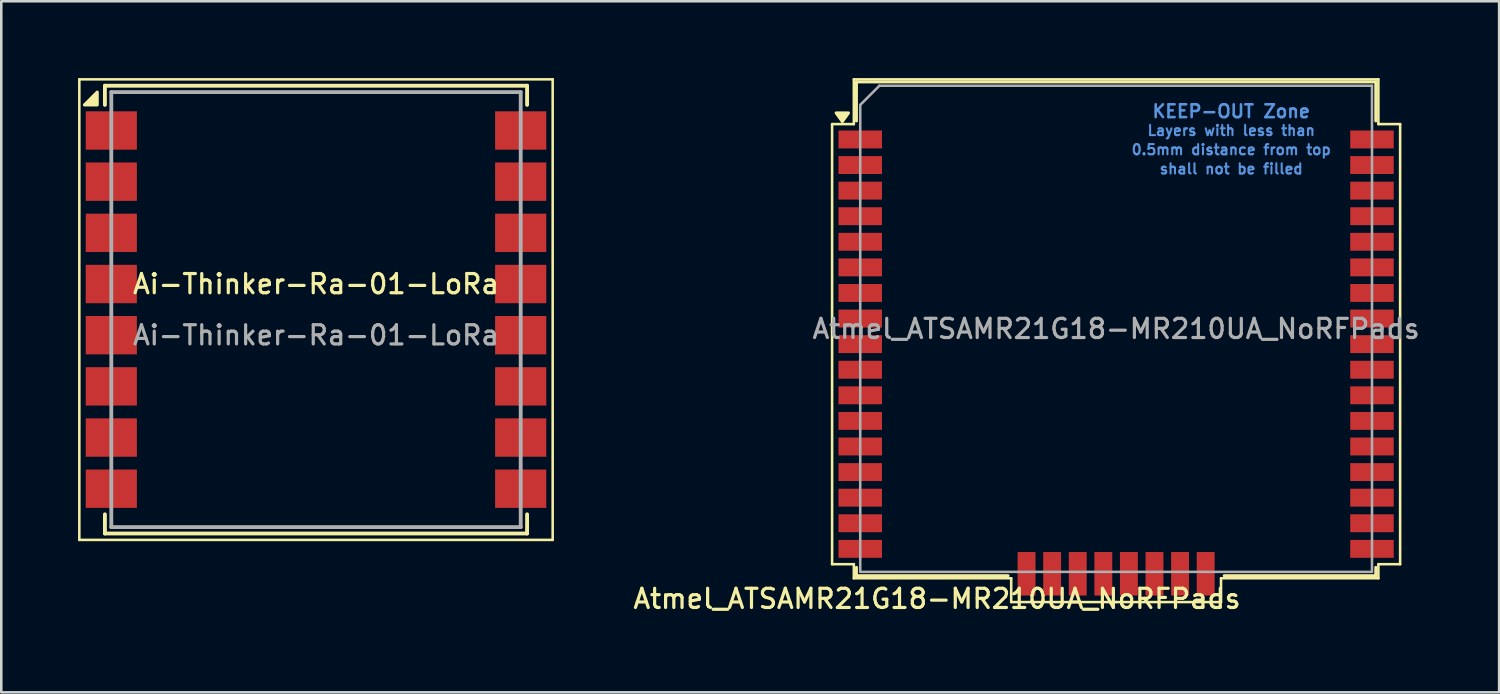
<source format=kicad_pcb>
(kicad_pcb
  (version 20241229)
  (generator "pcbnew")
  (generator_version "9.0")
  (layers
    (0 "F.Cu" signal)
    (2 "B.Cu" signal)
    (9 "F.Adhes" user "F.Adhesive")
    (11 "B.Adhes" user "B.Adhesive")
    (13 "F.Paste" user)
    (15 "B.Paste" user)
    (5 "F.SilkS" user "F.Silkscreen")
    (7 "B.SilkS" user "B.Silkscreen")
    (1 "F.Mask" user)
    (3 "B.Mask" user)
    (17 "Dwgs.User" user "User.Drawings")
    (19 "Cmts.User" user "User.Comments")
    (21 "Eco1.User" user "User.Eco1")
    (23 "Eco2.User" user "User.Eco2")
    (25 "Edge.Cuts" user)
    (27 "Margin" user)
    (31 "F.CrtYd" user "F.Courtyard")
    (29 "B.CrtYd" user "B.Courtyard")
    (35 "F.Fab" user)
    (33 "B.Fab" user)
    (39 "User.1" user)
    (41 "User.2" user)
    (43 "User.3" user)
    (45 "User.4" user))
  (footprint "Ai-Thinker-Ra-01-LoRa"
    (layer "F.Cu")
    (at 9.3 9.05)
    (property "Reference" "Ai-Thinker-Ra-01-LoRa" (at 0 -1 0) (layer "F.SilkS") (effects (font (size 0.75 0.75) (thickness 0.125))))
    (attr smd)
    (fp_line (start -9.25 -9) (end 9.25 -9) (stroke (width 0.1) (type solid)) (layer "F.SilkS"))
    (fp_line (start -9.25 9) (end -9.25 -9) (stroke (width 0.1) (type solid)) (layer "F.SilkS"))
    (fp_line (start -8.25 -8.75) (end 8.25 -8.75) (stroke (width 0.15) (type solid)) (layer "F.SilkS"))
    (fp_line (start -8.25 -8) (end -8.25 -8.75) (stroke (width 0.15) (type solid)) (layer "F.SilkS"))
    (fp_line (start -8.25 8) (end -8.25 8.75) (stroke (width 0.15) (type solid)) (layer "F.SilkS"))
    (fp_line (start -8.25 8.75) (end 8.25 8.75) (stroke (width 0.15) (type solid)) (layer "F.SilkS"))
    (fp_line (start 8.25 -8.75) (end 8.25 -8) (stroke (width 0.15) (type solid)) (layer "F.SilkS"))
    (fp_line (start 8.25 8.75) (end 8.25 8) (stroke (width 0.15) (type solid)) (layer "F.SilkS"))
    (fp_line (start 9.25 -9) (end 9.25 9) (stroke (width 0.1) (type solid)) (layer "F.SilkS"))
    (fp_line (start 9.25 9) (end -9.25 9) (stroke (width 0.1) (type solid)) (layer "F.SilkS"))
    (fp_poly (pts (xy -8.55 -8) (xy -9.05 -8) (xy -8.55 -8.5) (xy -8.55 -8)) (stroke (width 0.12) (type solid)) (fill yes) (layer "F.SilkS"))
    (fp_line (start -8 -8.5) (end 8 -8.5) (stroke (width 0.15) (type solid)) (layer "F.Fab"))
    (fp_line (start -8 8.5) (end -8 -8.5) (stroke (width 0.15) (type solid)) (layer "F.Fab"))
    (fp_line (start 8 -8.5) (end 8 8.5) (stroke (width 0.15) (type solid)) (layer "F.Fab"))
    (fp_line (start 8 8.5) (end -8 8.5) (stroke (width 0.15) (type solid)) (layer "F.Fab"))
    (fp_text user "${REFERENCE}" (at 0 1 0) (layer "F.Fab") (effects (font (size 0.75 0.75) (thickness 0.125))))
    (pad "1" smd rect (at -8 -7) (size 2 1.5) (layers "F.Cu" "F.Mask" "F.Paste"))
    (pad "2" smd rect (at -8 -5) (size 2 1.5) (layers "F.Cu" "F.Mask" "F.Paste"))
    (pad "3" smd rect (at -8 -3) (size 2 1.5) (layers "F.Cu" "F.Mask" "F.Paste"))
    (pad "4" smd rect (at -8 -1) (size 2 1.5) (layers "F.Cu" "F.Mask" "F.Paste"))
    (pad "5" smd rect (at -8 1) (size 2 1.5) (layers "F.Cu" "F.Mask" "F.Paste"))
    (pad "6" smd rect (at -8 3) (size 2 1.5) (layers "F.Cu" "F.Mask" "F.Paste"))
    (pad "7" smd rect (at -8 5) (size 2 1.5) (layers "F.Cu" "F.Mask" "F.Paste"))
    (pad "8" smd rect (at -8 7) (size 2 1.5) (layers "F.Cu" "F.Mask" "F.Paste"))
    (pad "9" smd rect (at 8 7) (size 2 1.5) (layers "F.Cu" "F.Mask" "F.Paste"))
    (pad "10" smd rect (at 8 5) (size 2 1.5) (layers "F.Cu" "F.Mask" "F.Paste"))
    (pad "11" smd rect (at 8 3) (size 2 1.5) (layers "F.Cu" "F.Mask" "F.Paste"))
    (pad "12" smd rect (at 8 1) (size 2 1.5) (layers "F.Cu" "F.Mask" "F.Paste"))
    (pad "13" smd rect (at 8 -1) (size 2 1.5) (layers "F.Cu" "F.Mask" "F.Paste"))
    (pad "14" smd rect (at 8 -3) (size 2 1.5) (layers "F.Cu" "F.Mask" "F.Paste"))
    (pad "15" smd rect (at 8 -5) (size 2 1.5) (layers "F.Cu" "F.Mask" "F.Paste"))
    (pad "16" smd rect (at 8 -7) (size 2 1.5) (layers "F.Cu" "F.Mask" "F.Paste")))
  (footprint "Atmel_ATSAMR21G18-MR210UA_NoRFPads"
    (layer "F.Cu")
    (at 40.57 9.8)
    (property "Reference" "Atmel_ATSAMR21G18-MR210UA_NoRFPads" (at -7 10.55 0) (layer "F.SilkS") (effects (font (size 0.75 0.75) (thickness 0.125))))
    (attr smd)
    (fp_line (start -11.1 -8) (end -11.1 9.2) (stroke (width 0.1) (type solid)) (layer "F.SilkS"))
    (fp_line (start -10.25 -9.75) (end 10.25 -9.75) (stroke (width 0.1) (type solid)) (layer "F.SilkS"))
    (fp_line (start -10.25 -8) (end -11.1 -8) (stroke (width 0.1) (type solid)) (layer "F.SilkS"))
    (fp_line (start -10.25 -8) (end -10.25 -9.75) (stroke (width 0.1) (type solid)) (layer "F.SilkS"))
    (fp_line (start -10.25 9.2) (end -11.1 9.2) (stroke (width 0.1) (type solid)) (layer "F.SilkS"))
    (fp_line (start -10.25 9.2) (end -10.25 9.75) (stroke (width 0.1) (type solid)) (layer "F.SilkS"))
    (fp_line (start -10.25 9.75) (end -4.1 9.75) (stroke (width 0.1) (type solid)) (layer "F.SilkS"))
    (fp_line (start -10.15 -9.65) (end -10.15 -8.125) (stroke (width 0.12) (type solid)) (layer "F.SilkS"))
    (fp_line (start -10.15 -9.65) (end 10.15 -9.65) (stroke (width 0.12) (type solid)) (layer "F.SilkS"))
    (fp_line (start -10.15 9.325) (end -10.15 9.65) (stroke (width 0.12) (type solid)) (layer "F.SilkS"))
    (fp_line (start -10.15 9.65) (end -4.225 9.65) (stroke (width 0.12) (type solid)) (layer "F.SilkS"))
    (fp_line (start -4.1 10.68) (end -4.1 9.75) (stroke (width 0.1) (type solid)) (layer "F.SilkS"))
    (fp_line (start 0 10.68) (end -4.1 10.68) (stroke (width 0.1) (type solid)) (layer "F.SilkS"))
    (fp_line (start 0 10.68) (end 4.1 10.68) (stroke (width 0.1) (type solid)) (layer "F.SilkS"))
    (fp_line (start 4.1 10.68) (end 4.1 9.75) (stroke (width 0.1) (type solid)) (layer "F.SilkS"))
    (fp_line (start 10.15 -9.65) (end 10.15 -8.125) (stroke (width 0.12) (type solid)) (layer "F.SilkS"))
    (fp_line (start 10.15 9.325) (end 10.15 9.65) (stroke (width 0.12) (type solid)) (layer "F.SilkS"))
    (fp_line (start 10.15 9.65) (end 4.225 9.65) (stroke (width 0.12) (type solid)) (layer "F.SilkS"))
    (fp_line (start 10.25 -9.75) (end 10.25 -8) (stroke (width 0.1) (type solid)) (layer "F.SilkS"))
    (fp_line (start 10.25 -8) (end 11.1 -8) (stroke (width 0.1) (type solid)) (layer "F.SilkS"))
    (fp_line (start 10.25 9.2) (end 10.25 9.75) (stroke (width 0.1) (type solid)) (layer "F.SilkS"))
    (fp_line (start 10.25 9.2) (end 11.1 9.2) (stroke (width 0.1) (type solid)) (layer "F.SilkS"))
    (fp_line (start 10.25 9.75) (end 4.1 9.75) (stroke (width 0.1) (type solid)) (layer "F.SilkS"))
    (fp_line (start 11.1 -8) (end 11.1 9.2) (stroke (width 0.1) (type solid)) (layer "F.SilkS"))
    (fp_poly (pts (xy -10.7 -8.1) (xy -10.94 -8.436) (xy -10.46 -8.436) (xy -10.7 -8.1)) (stroke (width 0.12) (type solid)) (fill yes) (layer "F.SilkS"))
    (fp_line (start -10 -8.75) (end -10 9.5) (stroke (width 0.1) (type solid)) (layer "F.Fab"))
    (fp_line (start -10 -8.75) (end -9.25 -9.5) (stroke (width 0.1) (type solid)) (layer "F.Fab"))
    (fp_line (start -10 9.5) (end 10 9.5) (stroke (width 0.1) (type solid)) (layer "F.Fab"))
    (fp_line (start 10 -9.5) (end -9.25 -9.5) (stroke (width 0.1) (type solid)) (layer "F.Fab"))
    (fp_line (start 10 9.5) (end 10 -9.5) (stroke (width 0.1) (type solid)) (layer "F.Fab"))
    (fp_text user "KEEP-OUT Zone" (at 4.5 -8.5 0) (layer "Cmts.User") (effects (font (size 0.5 0.5) (thickness 0.1))))
    (fp_text user "0.5mm distance from top" (at 4.5 -7 0) (layer "Cmts.User") (effects (font (size 0.4 0.4) (thickness 0.08))))
    (fp_text user "shall not be filled" (at 4.5 -6.25 0) (layer "Cmts.User") (effects (font (size 0.4 0.4) (thickness 0.08))))
    (fp_text user "Layers with less than" (at 4.5 -7.75 0) (layer "Cmts.User") (effects (font (size 0.4 0.4) (thickness 0.08))))
    (fp_text user "${REFERENCE}" (at 0 0 0) (layer "F.Fab") (effects (font (size 0.75 0.75) (thickness 0.125))))
    (pad "1" smd rect (at -10 -7.4) (size 1.7 0.7) (layers "F.Cu" "F.Mask" "F.Paste"))
    (pad "2" smd rect (at -10 -6.4) (size 1.7 0.7) (layers "F.Cu" "F.Mask" "F.Paste"))
    (pad "3" smd rect (at -10 -5.4) (size 1.7 0.7) (layers "F.Cu" "F.Mask" "F.Paste"))
    (pad "4" smd rect (at -10 -4.4) (size 1.7 0.7) (layers "F.Cu" "F.Mask" "F.Paste"))
    (pad "5" smd rect (at -10 -3.4) (size 1.7 0.7) (layers "F.Cu" "F.Mask" "F.Paste"))
    (pad "6" smd rect (at -10 -2.4) (size 1.7 0.7) (layers "F.Cu" "F.Mask" "F.Paste"))
    (pad "7" smd rect (at -10 -1.4) (size 1.7 0.7) (layers "F.Cu" "F.Mask" "F.Paste"))
    (pad "8" smd rect (at -10 -0.4) (size 1.7 0.7) (layers "F.Cu" "F.Mask" "F.Paste"))
    (pad "9" smd rect (at -10 0.6) (size 1.7 0.7) (layers "F.Cu" "F.Mask" "F.Paste"))
    (pad "10" smd rect (at -10 1.6) (size 1.7 0.7) (layers "F.Cu" "F.Mask" "F.Paste"))
    (pad "11" smd rect (at -10 2.6) (size 1.7 0.7) (layers "F.Cu" "F.Mask" "F.Paste"))
    (pad "12" smd rect (at -10 3.6) (size 1.7 0.7) (layers "F.Cu" "F.Mask" "F.Paste"))
    (pad "13" smd rect (at -10 4.6) (size 1.7 0.7) (layers "F.Cu" "F.Mask" "F.Paste"))
    (pad "14" smd rect (at -10 5.6) (size 1.7 0.7) (layers "F.Cu" "F.Mask" "F.Paste"))
    (pad "15" smd rect (at -10 6.6) (size 1.7 0.7) (layers "F.Cu" "F.Mask" "F.Paste"))
    (pad "16" smd rect (at -10 7.6) (size 1.7 0.7) (layers "F.Cu" "F.Mask" "F.Paste"))
    (pad "17" smd rect (at -10 8.6) (size 1.7 0.7) (layers "F.Cu" "F.Mask" "F.Paste"))
    (pad "18" smd rect (at -3.5 9.575) (size 0.7 1.7) (layers "F.Cu" "F.Mask" "F.Paste"))
    (pad "19" smd rect (at -2.5 9.575) (size 0.7 1.7) (layers "F.Cu" "F.Mask" "F.Paste"))
    (pad "20" smd rect (at -1.5 9.575) (size 0.7 1.7) (layers "F.Cu" "F.Mask" "F.Paste"))
    (pad "21" smd rect (at -0.5 9.575) (size 0.7 1.7) (layers "F.Cu" "F.Mask" "F.Paste"))
    (pad "22" smd rect (at 0.5 9.575) (size 0.7 1.7) (layers "F.Cu" "F.Mask" "F.Paste"))
    (pad "23" smd rect (at 1.5 9.575) (size 0.7 1.7) (layers "F.Cu" "F.Mask" "F.Paste"))
    (pad "24" smd rect (at 2.5 9.575) (size 0.7 1.7) (layers "F.Cu" "F.Mask" "F.Paste"))
    (pad "25" smd rect (at 3.5 9.575) (size 0.7 1.7) (layers "F.Cu" "F.Mask" "F.Paste"))
    (pad "26" smd rect (at 10 8.6) (size 1.7 0.7) (layers "F.Cu" "F.Mask" "F.Paste"))
    (pad "27" smd rect (at 10 7.6) (size 1.7 0.7) (layers "F.Cu" "F.Mask" "F.Paste"))
    (pad "28" smd rect (at 10 6.6) (size 1.7 0.7) (layers "F.Cu" "F.Mask" "F.Paste"))
    (pad "29" smd rect (at 10 5.6) (size 1.7 0.7) (layers "F.Cu" "F.Mask" "F.Paste"))
    (pad "30" smd rect (at 10 4.6) (size 1.7 0.7) (layers "F.Cu" "F.Mask" "F.Paste"))
    (pad "31" smd rect (at 10 3.6) (size 1.7 0.7) (layers "F.Cu" "F.Mask" "F.Paste"))
    (pad "32" smd rect (at 10 2.6) (size 1.7 0.7) (layers "F.Cu" "F.Mask" "F.Paste"))
    (pad "33" smd rect (at 10 1.6) (size 1.7 0.7) (layers "F.Cu" "F.Mask" "F.Paste"))
    (pad "34" smd rect (at 10 0.6) (size 1.7 0.7) (layers "F.Cu" "F.Mask" "F.Paste"))
    (pad "35" smd rect (at 10 -0.4) (size 1.7 0.7) (layers "F.Cu" "F.Mask" "F.Paste"))
    (pad "36" smd rect (at 10 -1.4) (size 1.7 0.7) (layers "F.Cu" "F.Mask" "F.Paste"))
    (pad "37" smd rect (at 10 -2.4) (size 1.7 0.7) (layers "F.Cu" "F.Mask" "F.Paste"))
    (pad "38" smd rect (at 10 -3.4) (size 1.7 0.7) (layers "F.Cu" "F.Mask" "F.Paste"))
    (pad "39" smd rect (at 10 -4.4) (size 1.7 0.7) (layers "F.Cu" "F.Mask" "F.Paste"))
    (pad "40" smd rect (at 10 -5.4) (size 1.7 0.7) (layers "F.Cu" "F.Mask" "F.Paste"))
    (pad "41" smd rect (at 10 -6.4) (size 1.7 0.7) (layers "F.Cu" "F.Mask" "F.Paste"))
    (pad "42" smd rect (at 10 -7.4) (size 1.7 0.7) (layers "F.Cu" "F.Mask" "F.Paste"))
    (zone (net_name "") (layer "F.Cu") (hatch full 0.508) (connect_pads) (min_thickness 0.254) (filled_areas_thickness no) (keepout (tracks not_allowed) (vias not_allowed) (pads not_allowed) (copperpour not_allowed) (footprints not_allowed)) (placement (enabled no)) (fill) (polygon (pts (xy 50.57 1.8) (xy 49.32 1.8) (xy 49.32 4.3) (xy 40.57 4.3) (xy 40.57 0.3) (xy 50.57 0.3)))))
  (gr_rect
    (start -3 -3)
    (end 55.539 24.008)
    (stroke (width 0.1) (type default))
    (fill no)
    (layer "Edge.Cuts")))
</source>
